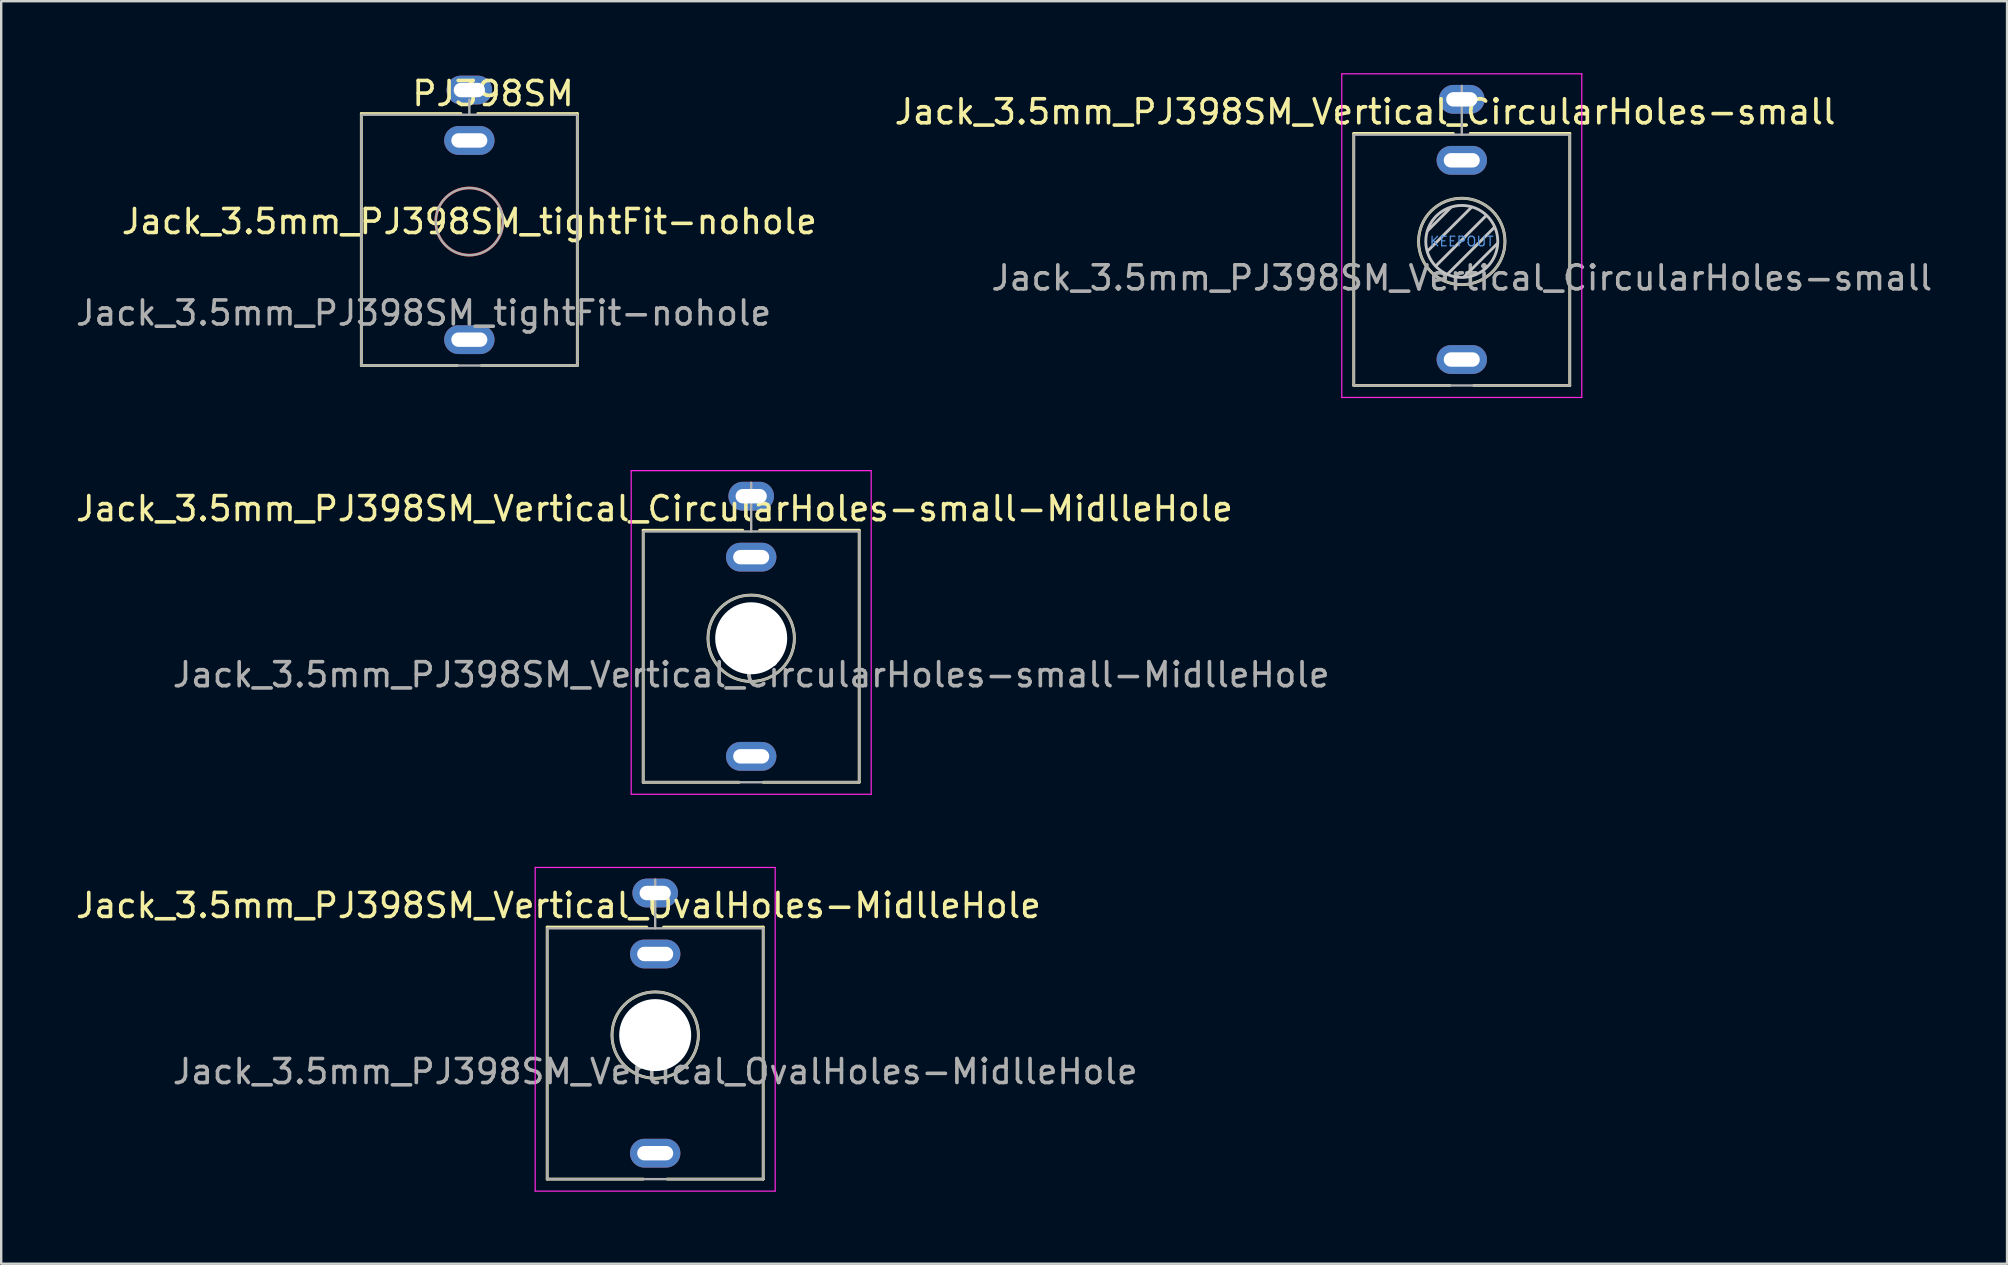
<source format=kicad_pcb>
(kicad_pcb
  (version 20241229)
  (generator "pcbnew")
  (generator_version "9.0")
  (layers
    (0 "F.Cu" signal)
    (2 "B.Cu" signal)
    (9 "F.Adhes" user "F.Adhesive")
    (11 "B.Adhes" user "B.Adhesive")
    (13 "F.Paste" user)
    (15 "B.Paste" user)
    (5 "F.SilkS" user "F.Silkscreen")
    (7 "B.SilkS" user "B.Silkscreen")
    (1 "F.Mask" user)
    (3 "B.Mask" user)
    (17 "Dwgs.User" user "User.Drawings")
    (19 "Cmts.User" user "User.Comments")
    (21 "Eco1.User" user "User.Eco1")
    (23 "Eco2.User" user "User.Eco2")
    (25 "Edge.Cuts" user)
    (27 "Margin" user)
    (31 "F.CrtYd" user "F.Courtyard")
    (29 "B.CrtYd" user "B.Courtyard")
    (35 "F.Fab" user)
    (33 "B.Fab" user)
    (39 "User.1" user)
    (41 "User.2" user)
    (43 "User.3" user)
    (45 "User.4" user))
  (footprint "Jack_3.5mm_PJ398SM_Vertical_OvalHoles-MidlleHole"
    (layer "F.Cu")
    (at 24.25 40.08)
    (property "Reference" "Jack_3.5mm_PJ398SM_Vertical_OvalHoles-MidlleHole" (at -4.03 -5.4 180) (layer "F.SilkS") (effects (font (size 1 1) (thickness 0.15))))
    (attr through_hole)
    (fp_line (start -4.5 -4.5) (end -4.5 6) (stroke (width 0.12) (type solid)) (layer "F.SilkS"))
    (fp_line (start -0.5 6) (end -4.5 6) (stroke (width 0.12) (type solid)) (layer "F.SilkS"))
    (fp_line (start -0.35 -4.5) (end -4.5 -4.5) (stroke (width 0.12) (type solid)) (layer "F.SilkS"))
    (fp_line (start 4.5 -4.5) (end 0.35 -4.5) (stroke (width 0.12) (type solid)) (layer "F.SilkS"))
    (fp_line (start 4.5 -4.5) (end 4.5 6) (stroke (width 0.12) (type solid)) (layer "F.SilkS"))
    (fp_line (start 4.5 6) (end 0.5 6) (stroke (width 0.12) (type solid)) (layer "F.SilkS"))
    (fp_circle (center 0 0) (end 1.8 0) (stroke (width 0.12) (type solid)) (fill no) (layer "F.SilkS"))
    (fp_line (start -5 6.5) (end -5 -6.985) (stroke (width 0.05) (type solid)) (layer "F.CrtYd"))
    (fp_line (start 5 -6.985) (end -5 -6.985) (stroke (width 0.05) (type solid)) (layer "F.CrtYd"))
    (fp_line (start 5 6.5) (end -5 6.5) (stroke (width 0.05) (type solid)) (layer "F.CrtYd"))
    (fp_line (start 5 6.5) (end 5 -6.985) (stroke (width 0.05) (type solid)) (layer "F.CrtYd"))
    (fp_line (start -4.5 6) (end -4.5 -4.4) (stroke (width 0.1) (type solid)) (layer "F.Fab"))
    (fp_line (start 0 -6.48) (end 0 -4.45) (stroke (width 0.1) (type solid)) (layer "F.Fab"))
    (fp_line (start 4.5 -4.45) (end -4.5 -4.45) (stroke (width 0.1) (type solid)) (layer "F.Fab"))
    (fp_line (start 4.5 6) (end -4.5 6) (stroke (width 0.1) (type solid)) (layer "F.Fab"))
    (fp_line (start 4.5 6) (end 4.5 -4.4) (stroke (width 0.1) (type solid)) (layer "F.Fab"))
    (fp_circle (center 0 0) (end 1.8 0) (stroke (width 0.1) (type solid)) (fill no) (layer "F.Fab"))
    (fp_text user "${REFERENCE}" (at 0 1.52 180) (layer "F.Fab") (effects (font (size 1 1) (thickness 0.15))))
    (pad "" np_thru_hole circle (at 0 0 180) (size 3 3) (drill 3) (layers "*.Cu" "*.Mask"))
    (pad "S" thru_hole oval (at 0 -5.92 180) (size 1.9 1.2) (drill oval 1.3 0.6) (layers "*.Cu" "*.Mask"))
    (pad "T" thru_hole oval (at 0 4.92 180) (size 2.1 1.2) (drill oval 1.5 0.6) (layers "*.Cu" "*.Mask"))
    (pad "TN" thru_hole oval (at 0 -3.38 180) (size 2.1 1.2) (drill oval 1.5 0.6) (layers "*.Cu" "*.Mask")))
  (footprint "Jack_3.5mm_PJ398SM_Vertical_CircularHoles-small"
    (layer "F.Cu")
    (at 57.858 7.01)
    (property "Reference" "Jack_3.5mm_PJ398SM_Vertical_CircularHoles-small" (at -4.03 -5.4 180) (layer "F.SilkS") (effects (font (size 1 1) (thickness 0.15))))
    (attr through_hole)
    (fp_line (start -4.5 -4.5) (end -4.5 6) (stroke (width 0.12) (type solid)) (layer "F.SilkS"))
    (fp_line (start -0.5 6) (end -4.5 6) (stroke (width 0.12) (type solid)) (layer "F.SilkS"))
    (fp_line (start -0.35 -4.5) (end -4.5 -4.5) (stroke (width 0.12) (type solid)) (layer "F.SilkS"))
    (fp_line (start 4.5 -4.5) (end 0.35 -4.5) (stroke (width 0.12) (type solid)) (layer "F.SilkS"))
    (fp_line (start 4.5 -4.5) (end 4.5 6) (stroke (width 0.12) (type solid)) (layer "F.SilkS"))
    (fp_line (start 4.5 6) (end 0.5 6) (stroke (width 0.12) (type solid)) (layer "F.SilkS"))
    (fp_circle (center 0 0) (end 1.8 0) (stroke (width 0.12) (type solid)) (fill no) (layer "F.SilkS"))
    (fp_line (start -1.42 0.395) (end 0.4 -1.42) (stroke (width 0.12) (type solid)) (layer "Dwgs.User"))
    (fp_line (start -1.41 -0.46) (end -0.46 -1.41) (stroke (width 0.12) (type solid)) (layer "Dwgs.User"))
    (fp_line (start -1.07 1.01) (end 1.01 -1.07) (stroke (width 0.12) (type solid)) (layer "Dwgs.User"))
    (fp_line (start -0.58 1.35) (end 1.36 -0.59) (stroke (width 0.12) (type solid)) (layer "Dwgs.User"))
    (fp_line (start 0.09 1.48) (end 1.48 0.09) (stroke (width 0.12) (type solid)) (layer "Dwgs.User"))
    (fp_circle (center 0 0) (end 1.5 0) (stroke (width 0.12) (type solid)) (fill no) (layer "Dwgs.User"))
    (fp_line (start -5 6.5) (end -5 -6.985) (stroke (width 0.05) (type solid)) (layer "F.CrtYd"))
    (fp_line (start 5 -6.985) (end -5 -6.985) (stroke (width 0.05) (type solid)) (layer "F.CrtYd"))
    (fp_line (start 5 6.5) (end -5 6.5) (stroke (width 0.05) (type solid)) (layer "F.CrtYd"))
    (fp_line (start 5 6.5) (end 5 -6.985) (stroke (width 0.05) (type solid)) (layer "F.CrtYd"))
    (fp_line (start -4.5 6) (end -4.5 -4.4) (stroke (width 0.1) (type solid)) (layer "F.Fab"))
    (fp_line (start 0 -6.48) (end 0 -4.45) (stroke (width 0.1) (type solid)) (layer "F.Fab"))
    (fp_line (start 4.5 -4.45) (end -4.5 -4.45) (stroke (width 0.1) (type solid)) (layer "F.Fab"))
    (fp_line (start 4.5 6) (end -4.5 6) (stroke (width 0.1) (type solid)) (layer "F.Fab"))
    (fp_line (start 4.5 6) (end 4.5 -4.4) (stroke (width 0.1) (type solid)) (layer "F.Fab"))
    (fp_circle (center 0 0) (end 1.8 0) (stroke (width 0.1) (type solid)) (fill no) (layer "F.Fab"))
    (fp_text user "KEEPOUT" (at 0 0 0) (layer "Cmts.User") (effects (font (size 0.4 0.4) (thickness 0.051))))
    (fp_text user "${REFERENCE}" (at 0 1.52 180) (layer "F.Fab") (effects (font (size 1 1) (thickness 0.15))))
    (pad "S" thru_hole oval (at 0 -5.92 180) (size 1.9 1.2) (drill oval 1.3 0.6) (layers "*.Cu" "*.Mask"))
    (pad "T" thru_hole oval (at 0 4.92 180) (size 2.1 1.2) (drill oval 1.5 0.6) (layers "*.Cu" "*.Mask"))
    (pad "TN" thru_hole oval (at 0 -3.38 180) (size 2.1 1.2) (drill oval 1.5 0.6) (layers "*.Cu" "*.Mask")))
  (footprint "Jack_3.5mm_PJ398SM_tightFit-nohole"
    (layer "F.Cu")
    (at 16.506 6.182)
    (property "Reference" "Jack_3.5mm_PJ398SM_tightFit-nohole" (at 0 0 180) (layer "F.SilkS") (effects (font (size 1 1) (thickness 0.15))))
    (property "Value" "PJ398SM" (at 0.127 7.62 180) (layer "F.Fab") (hide yes) (effects (font (size 1 1) (thickness 0.15))))
    (attr through_hole)
    (fp_circle (center 0 0) (end 1.4 0) (stroke (width 0.12) (type solid)) (fill no) (layer "F.Cu"))
    (fp_line (start -4.5 -4.5) (end -4.5 6) (stroke (width 0.12) (type solid)) (layer "F.SilkS"))
    (fp_line (start -0.5 6) (end -4.5 6) (stroke (width 0.12) (type solid)) (layer "F.SilkS"))
    (fp_line (start -0.35 -4.5) (end -4.5 -4.5) (stroke (width 0.12) (type solid)) (layer "F.SilkS"))
    (fp_line (start 4.5 -4.5) (end 0.35 -4.5) (stroke (width 0.12) (type solid)) (layer "F.SilkS"))
    (fp_line (start 4.5 -4.5) (end 4.5 6) (stroke (width 0.12) (type solid)) (layer "F.SilkS"))
    (fp_line (start 4.5 6) (end 0.5 6) (stroke (width 0.12) (type solid)) (layer "F.SilkS"))
    (fp_line (start -4.5 6) (end -4.5 -4.4) (stroke (width 0.1) (type solid)) (layer "F.Fab"))
    (fp_line (start 0 -5.08) (end 0 -4.45) (stroke (width 0.1) (type solid)) (layer "F.Fab"))
    (fp_line (start 4.5 -4.45) (end -4.5 -4.45) (stroke (width 0.1) (type solid)) (layer "F.Fab"))
    (fp_line (start 4.5 6) (end -4.5 6) (stroke (width 0.1) (type solid)) (layer "F.Fab"))
    (fp_line (start 4.5 6) (end 4.5 -4.4) (stroke (width 0.1) (type solid)) (layer "F.Fab"))
    (fp_circle (center 0 0) (end 1.4 0) (stroke (width 0.1) (type solid)) (fill no) (layer "F.Fab"))
    (fp_text user "${VALUE}" (at 4.445 -5.334 0) (layer "F.SilkS") (effects (font (size 1 1) (thickness 0.15)) (justify right)))
    (fp_text user "${REFERENCE}" (at -1.905 3.81 180) (layer "F.Fab") (effects (font (size 1 1) (thickness 0.15))))
    (pad "S" thru_hole oval (at 0 -5.48 180) (size 1.9 1.2) (drill oval 1.3 0.6) (layers "*.Cu" "*.Mask"))
    (pad "T" thru_hole oval (at 0 4.92 180) (size 2.1 1.2) (drill oval 1.5 0.6) (layers "*.Cu" "*.Mask"))
    (pad "TN" thru_hole oval (at 0 -3.38 180) (size 2.1 1.2) (drill oval 1.5 0.6) (layers "*.Cu" "*.Mask")))
  (footprint "Jack_3.5mm_PJ398SM_Vertical_CircularHoles-small-MidlleHole"
    (layer "F.Cu")
    (at 28.25 23.545)
    (property "Reference" "Jack_3.5mm_PJ398SM_Vertical_CircularHoles-small-MidlleHole" (at -4.03 -5.4 180) (layer "F.SilkS") (effects (font (size 1 1) (thickness 0.15))))
    (attr through_hole)
    (fp_line (start -4.5 -4.5) (end -4.5 6) (stroke (width 0.12) (type solid)) (layer "F.SilkS"))
    (fp_line (start -0.5 6) (end -4.5 6) (stroke (width 0.12) (type solid)) (layer "F.SilkS"))
    (fp_line (start -0.35 -4.5) (end -4.5 -4.5) (stroke (width 0.12) (type solid)) (layer "F.SilkS"))
    (fp_line (start 4.5 -4.5) (end 0.35 -4.5) (stroke (width 0.12) (type solid)) (layer "F.SilkS"))
    (fp_line (start 4.5 -4.5) (end 4.5 6) (stroke (width 0.12) (type solid)) (layer "F.SilkS"))
    (fp_line (start 4.5 6) (end 0.5 6) (stroke (width 0.12) (type solid)) (layer "F.SilkS"))
    (fp_circle (center 0 0) (end 1.8 0) (stroke (width 0.12) (type solid)) (fill no) (layer "F.SilkS"))
    (fp_line (start -5 6.5) (end -5 -6.985) (stroke (width 0.05) (type solid)) (layer "F.CrtYd"))
    (fp_line (start 5 -6.985) (end -5 -6.985) (stroke (width 0.05) (type solid)) (layer "F.CrtYd"))
    (fp_line (start 5 6.5) (end -5 6.5) (stroke (width 0.05) (type solid)) (layer "F.CrtYd"))
    (fp_line (start 5 6.5) (end 5 -6.985) (stroke (width 0.05) (type solid)) (layer "F.CrtYd"))
    (fp_line (start -4.5 6) (end -4.5 -4.4) (stroke (width 0.1) (type solid)) (layer "F.Fab"))
    (fp_line (start 0 -6.48) (end 0 -4.45) (stroke (width 0.1) (type solid)) (layer "F.Fab"))
    (fp_line (start 4.5 -4.45) (end -4.5 -4.45) (stroke (width 0.1) (type solid)) (layer "F.Fab"))
    (fp_line (start 4.5 6) (end -4.5 6) (stroke (width 0.1) (type solid)) (layer "F.Fab"))
    (fp_line (start 4.5 6) (end 4.5 -4.4) (stroke (width 0.1) (type solid)) (layer "F.Fab"))
    (fp_circle (center 0 0) (end 1.8 0) (stroke (width 0.1) (type solid)) (fill no) (layer "F.Fab"))
    (fp_text user "${REFERENCE}" (at 0 1.52 180) (layer "F.Fab") (effects (font (size 1 1) (thickness 0.15))))
    (pad "" np_thru_hole circle (at 0 0 180) (size 3 3) (drill 3) (layers "*.Cu" "*.Mask"))
    (pad "S" thru_hole oval (at 0 -5.92 180) (size 1.9 1.2) (drill oval 1.3 0.6) (layers "*.Cu" "*.Mask"))
    (pad "T" thru_hole oval (at 0 4.92 180) (size 2.1 1.2) (drill oval 1.5 0.6) (layers "*.Cu" "*.Mask"))
    (pad "TN" thru_hole oval (at 0 -3.38 180) (size 2.1 1.2) (drill oval 1.5 0.6) (layers "*.Cu" "*.Mask")))
  (gr_rect
    (start -3 -3)
    (end 80.578 49.605)
    (stroke (width 0.1) (type default))
    (fill no)
    (layer "Edge.Cuts")))
</source>
